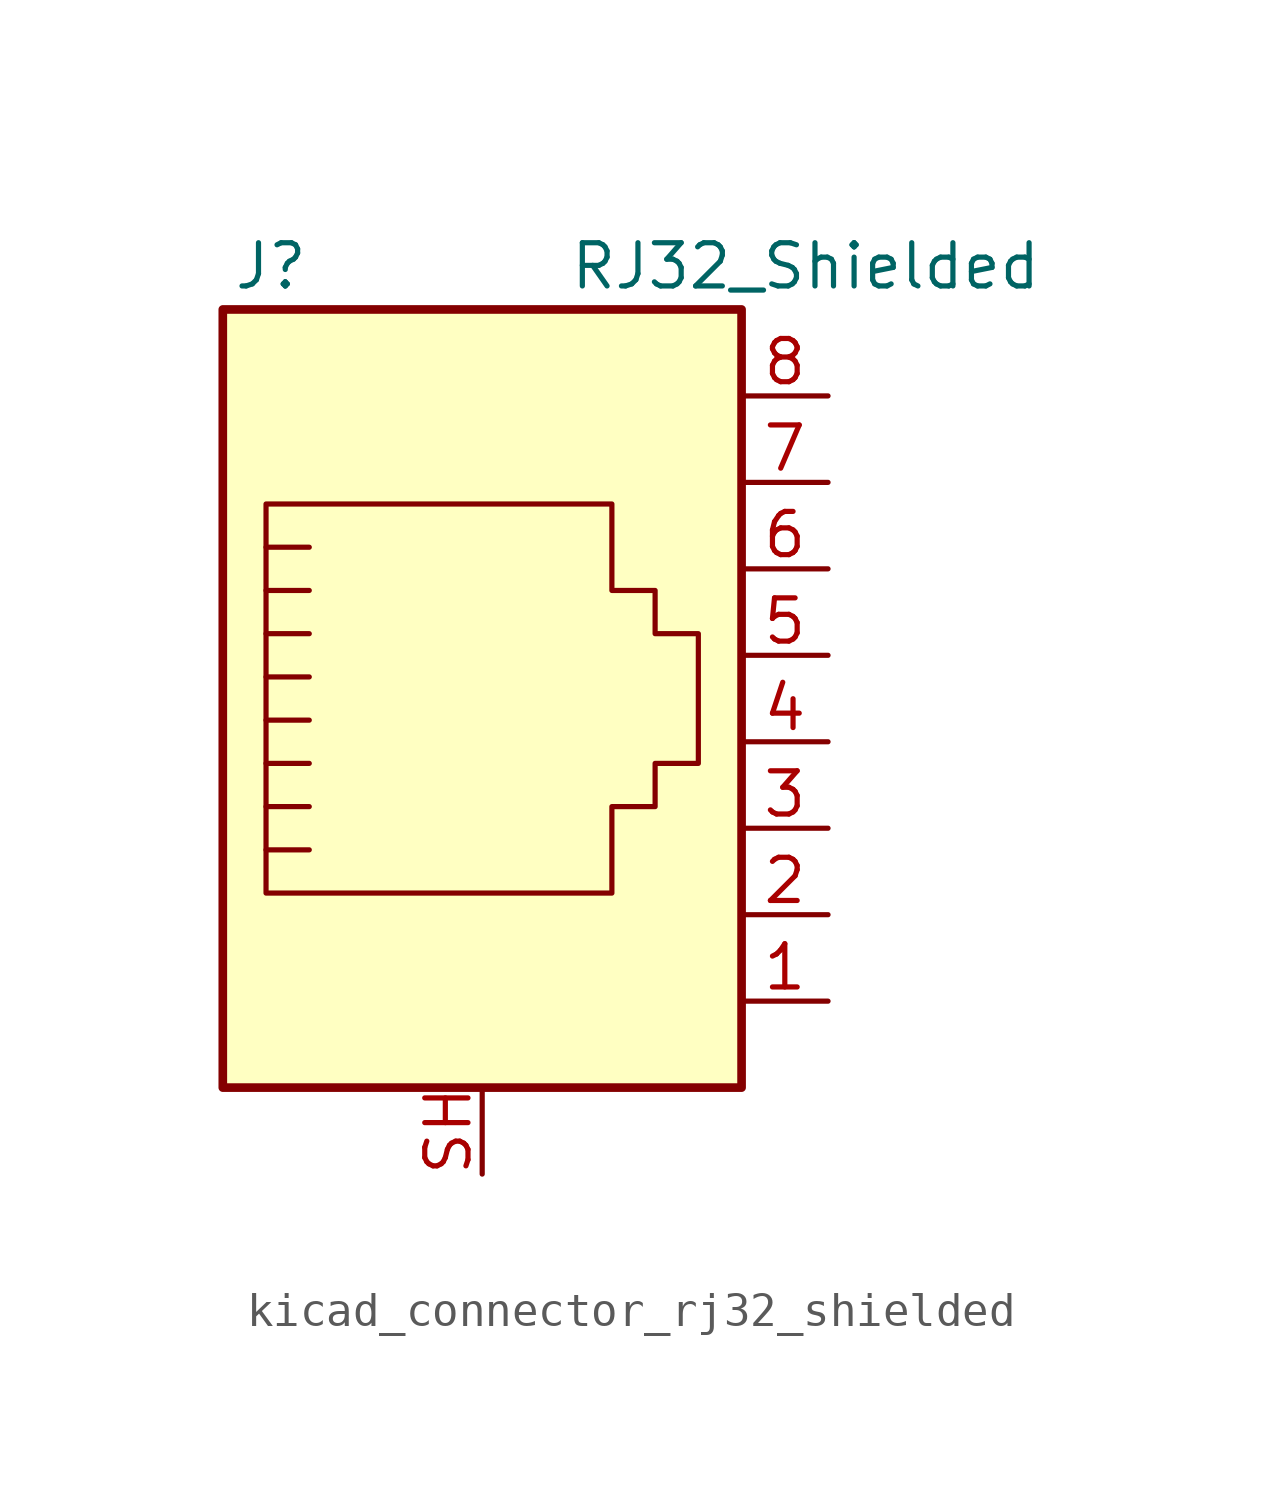
<source format=kicad_sym>
(kicad_symbol_lib
  (version 20220914)
  (generator kicad_symbol_editor)
  (symbol "kicad_connector_rj32_shielded"
    (pin_names
      (offset 1.016))
    (property "Reference" "J"
      (at -5.08 13.97 0)
      (effects (font (size 1.27 1.27)) (justify right)))
    (property "Value" "RJ32_Shielded"
      (at 2.54 13.97 0)
      (effects (font (size 1.27 1.27)) (justify left)))
    (symbol "kicad_connector_rj32_shielded_0_1"
      (polyline (pts (xy -5.08 4.445) (xy -6.35 4.445)) (stroke (width 0) (type default)) (fill (type none)))
      (polyline (pts (xy -5.08 5.715) (xy -6.35 5.715)) (stroke (width 0) (type default)) (fill (type none)))
      (polyline (pts (xy -6.35 -3.175) (xy -5.08 -3.175) (xy -5.08 -3.175)) (stroke (width 0) (type default)) (fill (type none)))
      (polyline (pts (xy -6.35 -1.905) (xy -5.08 -1.905) (xy -5.08 -1.905)) (stroke (width 0) (type default)) (fill (type none)))
      (polyline (pts (xy -6.35 -0.635) (xy -5.08 -0.635) (xy -5.08 -0.635)) (stroke (width 0) (type default)) (fill (type none)))
      (polyline (pts (xy -6.35 0.635) (xy -5.08 0.635) (xy -5.08 0.635)) (stroke (width 0) (type default)) (fill (type none)))
      (polyline (pts (xy -6.35 1.905) (xy -5.08 1.905) (xy -5.08 1.905)) (stroke (width 0) (type default)) (fill (type none)))
      (polyline (pts (xy -5.08 3.175) (xy -6.35 3.175) (xy -6.35 3.175)) (stroke (width 0) (type default)) (fill (type none)))
      (polyline (pts (xy -6.35 -4.445) (xy -6.35 6.985) (xy 3.81 6.985) (xy 3.81 4.445) (xy 5.08 4.445) (xy 5.08 3.175) (xy 6.35 3.175) (xy 6.35 -0.635) (xy 5.08 -0.635) (xy 5.08 -1.905) (xy 3.81 -1.905) (xy 3.81 -4.445) (xy -6.35 -4.445) (xy -6.35 -4.445)) (stroke (width 0) (type default)) (fill (type none)))
      (rectangle (start 7.62 12.7) (end -7.62 -10.16) (stroke (width 0.254) (type default)) (fill (type background))))
    (symbol "kicad_connector_rj32_shielded_1_1"
      (pin passive line (at 10.16 -7.62 180) (length 2.54) (name "~" (effects (font (size 1.27 1.27)))) (number "1" (effects (font (size 1.27 1.27)))))
      (pin passive line (at 10.16 -5.08 180) (length 2.54) (name "~" (effects (font (size 1.27 1.27)))) (number "2" (effects (font (size 1.27 1.27)))))
      (pin passive line (at 10.16 -2.54 180) (length 2.54) (name "~" (effects (font (size 1.27 1.27)))) (number "3" (effects (font (size 1.27 1.27)))))
      (pin passive line (at 10.16 0 180) (length 2.54) (name "~" (effects (font (size 1.27 1.27)))) (number "4" (effects (font (size 1.27 1.27)))))
      (pin passive line (at 10.16 2.54 180) (length 2.54) (name "~" (effects (font (size 1.27 1.27)))) (number "5" (effects (font (size 1.27 1.27)))))
      (pin passive line (at 10.16 5.08 180) (length 2.54) (name "~" (effects (font (size 1.27 1.27)))) (number "6" (effects (font (size 1.27 1.27)))))
      (pin passive line (at 10.16 7.62 180) (length 2.54) (name "~" (effects (font (size 1.27 1.27)))) (number "7" (effects (font (size 1.27 1.27)))))
      (pin passive line (at 10.16 10.16 180) (length 2.54) (name "~" (effects (font (size 1.27 1.27)))) (number "8" (effects (font (size 1.27 1.27)))))
      (pin passive line (at 0 -12.7 90) (length 2.54) (name "~" (effects (font (size 1.27 1.27)))) (number "SH" (effects (font (size 1.27 1.27))))))))
</source>
